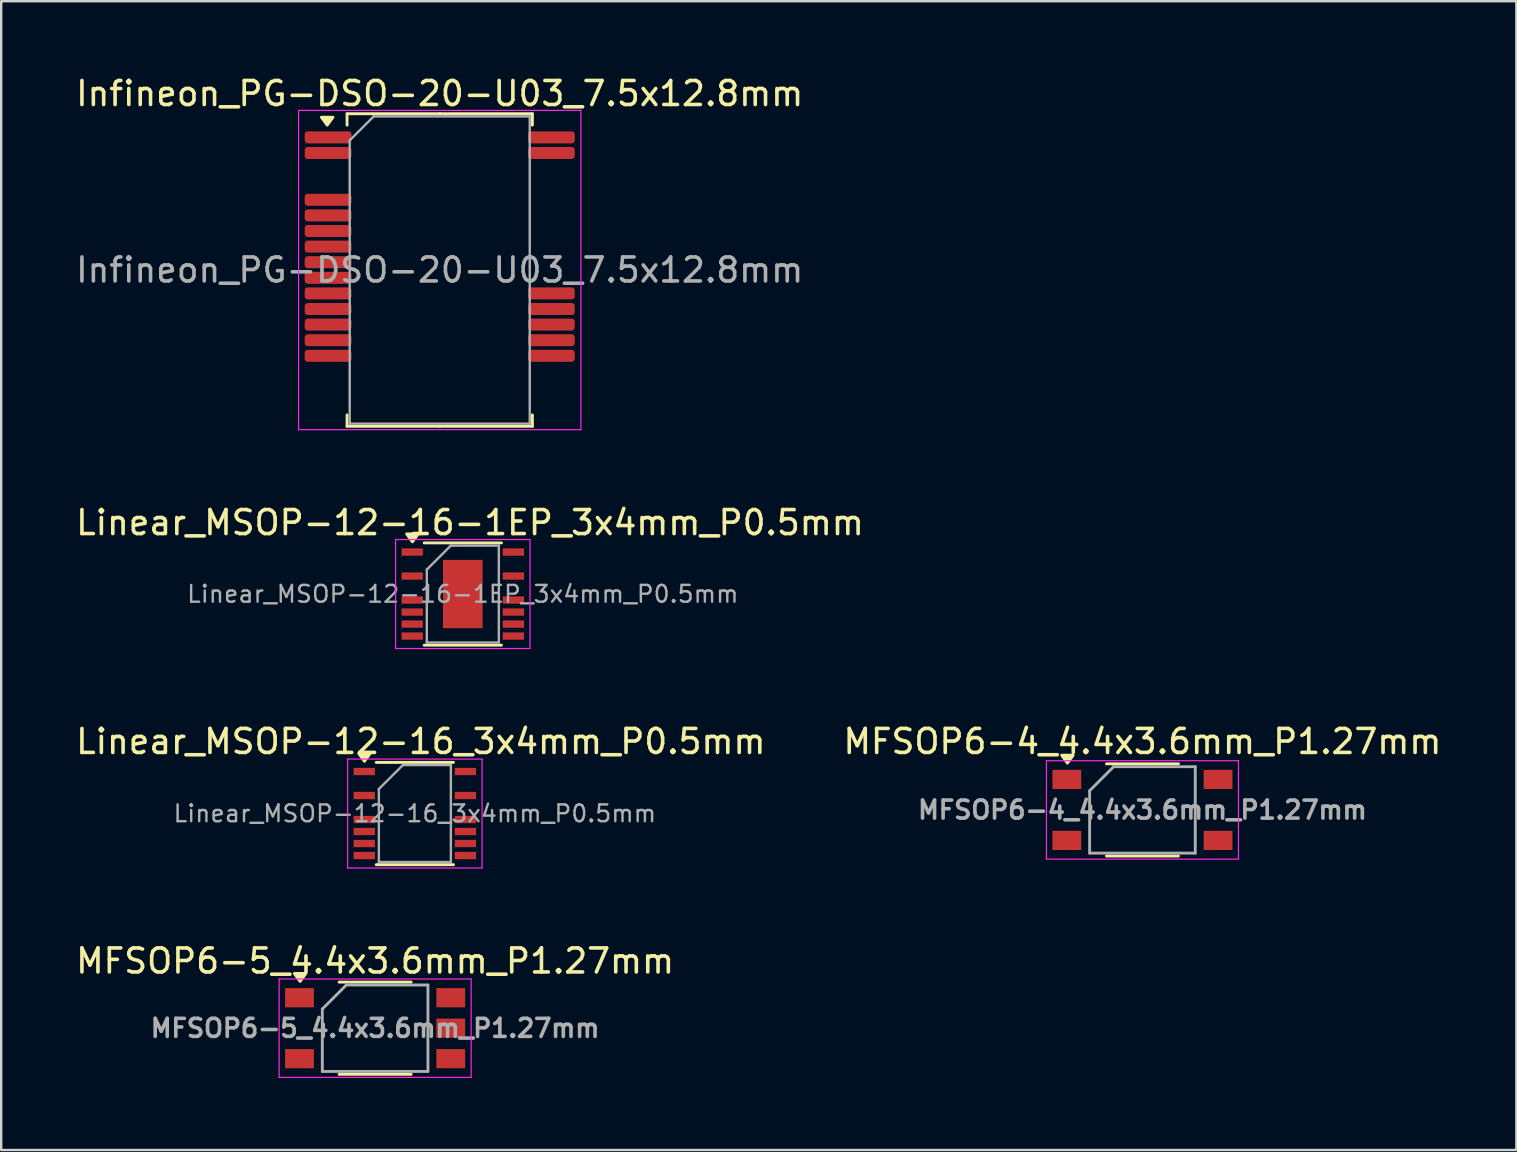
<source format=kicad_pcb>
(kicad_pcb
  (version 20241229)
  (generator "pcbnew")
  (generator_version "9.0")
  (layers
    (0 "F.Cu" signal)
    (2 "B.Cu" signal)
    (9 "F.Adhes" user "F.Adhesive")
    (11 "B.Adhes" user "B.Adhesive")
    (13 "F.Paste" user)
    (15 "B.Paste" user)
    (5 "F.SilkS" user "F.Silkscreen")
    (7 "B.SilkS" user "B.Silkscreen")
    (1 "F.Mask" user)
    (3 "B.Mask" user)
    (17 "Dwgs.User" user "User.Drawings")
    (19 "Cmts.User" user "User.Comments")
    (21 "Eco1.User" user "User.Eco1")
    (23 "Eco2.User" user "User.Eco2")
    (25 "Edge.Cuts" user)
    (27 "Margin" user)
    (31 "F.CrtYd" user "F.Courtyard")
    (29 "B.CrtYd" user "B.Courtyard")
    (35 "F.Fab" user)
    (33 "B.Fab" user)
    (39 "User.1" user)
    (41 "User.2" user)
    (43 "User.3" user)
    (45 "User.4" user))
  (footprint "Infineon_PG-DSO-20-U03_7.5x12.8mm"
    (layer "F.Cu")
    (at 15.268 8.198)
    (property "Reference" "Infineon_PG-DSO-20-U03_7.5x12.8mm" (at 0 -7.35 0) (layer "F.SilkS") (effects (font (size 1 1) (thickness 0.15))))
    (attr smd)
    (fp_line (start -3.86 -6.51) (end -3.86 -6.035) (stroke (width 0.12) (type solid)) (layer "F.SilkS"))
    (fp_line (start -3.86 6.51) (end -3.86 6.035) (stroke (width 0.12) (type solid)) (layer "F.SilkS"))
    (fp_line (start 0 -6.51) (end -3.86 -6.51) (stroke (width 0.12) (type solid)) (layer "F.SilkS"))
    (fp_line (start 0 -6.51) (end 3.86 -6.51) (stroke (width 0.12) (type solid)) (layer "F.SilkS"))
    (fp_line (start 0 6.51) (end -3.86 6.51) (stroke (width 0.12) (type solid)) (layer "F.SilkS"))
    (fp_line (start 0 6.51) (end 3.86 6.51) (stroke (width 0.12) (type solid)) (layer "F.SilkS"))
    (fp_line (start 3.86 -6.51) (end 3.86 -6.035) (stroke (width 0.12) (type solid)) (layer "F.SilkS"))
    (fp_line (start 3.86 6.51) (end 3.86 6.035) (stroke (width 0.12) (type solid)) (layer "F.SilkS"))
    (fp_poly (pts (xy -4.688 -6.035) (xy -4.928 -6.365) (xy -4.447 -6.365) (xy -4.688 -6.035)) (stroke (width 0.12) (type solid)) (fill yes) (layer "F.SilkS"))
    (fp_line (start -5.88 -6.65) (end -5.88 6.65) (stroke (width 0.05) (type solid)) (layer "F.CrtYd"))
    (fp_line (start -5.88 6.65) (end 5.88 6.65) (stroke (width 0.05) (type solid)) (layer "F.CrtYd"))
    (fp_line (start 5.88 -6.65) (end -5.88 -6.65) (stroke (width 0.05) (type solid)) (layer "F.CrtYd"))
    (fp_line (start 5.88 6.65) (end 5.88 -6.65) (stroke (width 0.05) (type solid)) (layer "F.CrtYd"))
    (fp_line (start -3.75 -5.4) (end -2.75 -6.4) (stroke (width 0.1) (type solid)) (layer "F.Fab"))
    (fp_line (start -3.75 6.4) (end -3.75 -5.4) (stroke (width 0.1) (type solid)) (layer "F.Fab"))
    (fp_line (start -2.75 -6.4) (end 3.75 -6.4) (stroke (width 0.1) (type solid)) (layer "F.Fab"))
    (fp_line (start 3.75 -6.4) (end 3.75 6.4) (stroke (width 0.1) (type solid)) (layer "F.Fab"))
    (fp_line (start 3.75 6.4) (end -3.75 6.4) (stroke (width 0.1) (type solid)) (layer "F.Fab"))
    (fp_text user "${REFERENCE}" (at 0 0 0) (layer "F.Fab") (effects (font (size 1 1) (thickness 0.15))))
    (pad "1" smd roundrect (at -4.65 -5.525) (size 1.95 0.5) (layers "F.Cu" "F.Mask" "F.Paste") (roundrect_rratio 0.25))
    (pad "2" smd roundrect (at -4.65 -4.875) (size 1.95 0.5) (layers "F.Cu" "F.Mask" "F.Paste") (roundrect_rratio 0.25))
    (pad "3" smd roundrect (at -4.65 -2.925) (size 1.95 0.5) (layers "F.Cu" "F.Mask" "F.Paste") (roundrect_rratio 0.25))
    (pad "4" smd roundrect (at -4.65 -2.275) (size 1.95 0.5) (layers "F.Cu" "F.Mask" "F.Paste") (roundrect_rratio 0.25))
    (pad "5" smd roundrect (at -4.65 -1.625) (size 1.95 0.5) (layers "F.Cu" "F.Mask" "F.Paste") (roundrect_rratio 0.25))
    (pad "6" smd roundrect (at -4.65 -0.975) (size 1.95 0.5) (layers "F.Cu" "F.Mask" "F.Paste") (roundrect_rratio 0.25))
    (pad "7" smd roundrect (at -4.65 -0.325) (size 1.95 0.5) (layers "F.Cu" "F.Mask" "F.Paste") (roundrect_rratio 0.25))
    (pad "8" smd roundrect (at -4.65 0.325) (size 1.95 0.5) (layers "F.Cu" "F.Mask" "F.Paste") (roundrect_rratio 0.25))
    (pad "9" smd roundrect (at -4.65 0.975) (size 1.95 0.5) (layers "F.Cu" "F.Mask" "F.Paste") (roundrect_rratio 0.25))
    (pad "10" smd roundrect (at -4.65 1.625) (size 1.95 0.5) (layers "F.Cu" "F.Mask" "F.Paste") (roundrect_rratio 0.25))
    (pad "11" smd roundrect (at -4.65 2.275) (size 1.95 0.5) (layers "F.Cu" "F.Mask" "F.Paste") (roundrect_rratio 0.25))
    (pad "12" smd roundrect (at -4.65 2.925) (size 1.95 0.5) (layers "F.Cu" "F.Mask" "F.Paste") (roundrect_rratio 0.25))
    (pad "13" smd roundrect (at -4.65 3.575) (size 1.95 0.5) (layers "F.Cu" "F.Mask" "F.Paste") (roundrect_rratio 0.25))
    (pad "14" smd roundrect (at 4.65 3.575) (size 1.95 0.5) (layers "F.Cu" "F.Mask" "F.Paste") (roundrect_rratio 0.25))
    (pad "15" smd roundrect (at 4.65 2.925) (size 1.95 0.5) (layers "F.Cu" "F.Mask" "F.Paste") (roundrect_rratio 0.25))
    (pad "16" smd roundrect (at 4.65 2.275) (size 1.95 0.5) (layers "F.Cu" "F.Mask" "F.Paste") (roundrect_rratio 0.25))
    (pad "17" smd roundrect (at 4.65 1.625) (size 1.95 0.5) (layers "F.Cu" "F.Mask" "F.Paste") (roundrect_rratio 0.25))
    (pad "18" smd roundrect (at 4.65 0.975) (size 1.95 0.5) (layers "F.Cu" "F.Mask" "F.Paste") (roundrect_rratio 0.25))
    (pad "19" smd roundrect (at 4.65 -4.875) (size 1.95 0.5) (layers "F.Cu" "F.Mask" "F.Paste") (roundrect_rratio 0.25))
    (pad "20" smd roundrect (at 4.65 -5.525) (size 1.95 0.5) (layers "F.Cu" "F.Mask" "F.Paste") (roundrect_rratio 0.25)))
  (footprint "MFSOP6-4_4.4x3.6mm_P1.27mm"
    (layer "F.Cu")
    (at 44.542 30.69)
    (property "Reference" "MFSOP6-4_4.4x3.6mm_P1.27mm" (at 0 -2.85 0) (layer "F.SilkS") (effects (font (size 1 1) (thickness 0.15))))
    (attr smd)
    (fp_line (start 1.5 -1.92) (end -1.5 -1.92) (stroke (width 0.12) (type solid)) (layer "F.SilkS"))
    (fp_line (start 1.5 1.92) (end -1.5 1.92) (stroke (width 0.12) (type solid)) (layer "F.SilkS"))
    (fp_poly (pts (xy -3.125 -1.95) (xy -3.365 -2.28) (xy -2.885 -2.28) (xy -3.125 -1.95)) (stroke (width 0.12) (type solid)) (fill yes) (layer "F.SilkS"))
    (fp_line (start -4 -2.05) (end -4 2.05) (stroke (width 0.05) (type solid)) (layer "F.CrtYd"))
    (fp_line (start -4 -2.05) (end 4 -2.05) (stroke (width 0.05) (type solid)) (layer "F.CrtYd"))
    (fp_line (start 4 2.05) (end -4 2.05) (stroke (width 0.05) (type solid)) (layer "F.CrtYd"))
    (fp_line (start 4 2.05) (end 4 -2.05) (stroke (width 0.05) (type solid)) (layer "F.CrtYd"))
    (fp_line (start -2.2 -0.8) (end -2.2 1.8) (stroke (width 0.12) (type solid)) (layer "F.Fab"))
    (fp_line (start -2.2 1.8) (end 2.2 1.8) (stroke (width 0.12) (type solid)) (layer "F.Fab"))
    (fp_line (start -1.2 -1.8) (end -2.2 -0.8) (stroke (width 0.12) (type solid)) (layer "F.Fab"))
    (fp_line (start 2.2 -1.8) (end -1.2 -1.8) (stroke (width 0.12) (type solid)) (layer "F.Fab"))
    (fp_line (start 2.2 1.8) (end 2.2 -1.8) (stroke (width 0.12) (type solid)) (layer "F.Fab"))
    (fp_text user "${REFERENCE}" (at 0 0 0) (layer "F.Fab") (effects (font (size 0.75 0.75) (thickness 0.15))))
    (pad "1" smd rect (at -3.15 -1.27) (size 1.2 0.8) (layers "F.Cu" "F.Mask" "F.Paste"))
    (pad "3" smd rect (at -3.15 1.27) (size 1.2 0.8) (layers "F.Cu" "F.Mask" "F.Paste"))
    (pad "4" smd rect (at 3.15 1.27) (size 1.2 0.8) (layers "F.Cu" "F.Mask" "F.Paste"))
    (pad "6" smd rect (at 3.15 -1.27) (size 1.2 0.8) (layers "F.Cu" "F.Mask" "F.Paste")))
  (footprint "MFSOP6-5_4.4x3.6mm_P1.27mm"
    (layer "F.Cu")
    (at 12.577 39.783)
    (property "Reference" "MFSOP6-5_4.4x3.6mm_P1.27mm" (at 0 -2.8 0) (layer "F.SilkS") (effects (font (size 1 1) (thickness 0.15))))
    (attr smd)
    (fp_line (start 1.5 -1.92) (end -1.5 -1.92) (stroke (width 0.12) (type solid)) (layer "F.SilkS"))
    (fp_line (start 1.5 1.92) (end -1.5 1.92) (stroke (width 0.12) (type solid)) (layer "F.SilkS"))
    (fp_poly (pts (xy -3.125 -1.95) (xy -3.365 -2.28) (xy -2.885 -2.28) (xy -3.125 -1.95)) (stroke (width 0.12) (type solid)) (fill yes) (layer "F.SilkS"))
    (fp_line (start -4 -2.05) (end -4 2.05) (stroke (width 0.05) (type solid)) (layer "F.CrtYd"))
    (fp_line (start -4 -2.05) (end 4 -2.05) (stroke (width 0.05) (type solid)) (layer "F.CrtYd"))
    (fp_line (start 4 2.05) (end -4 2.05) (stroke (width 0.05) (type solid)) (layer "F.CrtYd"))
    (fp_line (start 4 2.05) (end 4 -2.05) (stroke (width 0.05) (type solid)) (layer "F.CrtYd"))
    (fp_line (start -2.2 -0.8) (end -2.2 1.8) (stroke (width 0.12) (type solid)) (layer "F.Fab"))
    (fp_line (start -2.2 1.8) (end 2.2 1.8) (stroke (width 0.12) (type solid)) (layer "F.Fab"))
    (fp_line (start -1.2 -1.8) (end -2.2 -0.8) (stroke (width 0.12) (type solid)) (layer "F.Fab"))
    (fp_line (start 2.2 -1.8) (end -1.2 -1.8) (stroke (width 0.12) (type solid)) (layer "F.Fab"))
    (fp_line (start 2.2 1.8) (end 2.2 -1.8) (stroke (width 0.12) (type solid)) (layer "F.Fab"))
    (fp_text user "${REFERENCE}" (at 0 0 0) (layer "F.Fab") (effects (font (size 0.75 0.75) (thickness 0.15))))
    (pad "1" smd rect (at -3.15 -1.27) (size 1.2 0.8) (layers "F.Cu" "F.Mask" "F.Paste"))
    (pad "3" smd rect (at -3.15 1.27) (size 1.2 0.8) (layers "F.Cu" "F.Mask" "F.Paste"))
    (pad "4" smd rect (at 3.15 1.27) (size 1.2 0.8) (layers "F.Cu" "F.Mask" "F.Paste"))
    (pad "5" smd rect (at 3.15 0) (size 1.2 0.8) (layers "F.Cu" "F.Mask" "F.Paste"))
    (pad "6" smd rect (at 3.15 -1.27) (size 1.2 0.8) (layers "F.Cu" "F.Mask" "F.Paste")))
  (footprint "Linear_MSOP-12-16_3x4mm_P0.5mm"
    (layer "F.Cu")
    (at 14.232 30.84)
    (property "Reference" "Linear_MSOP-12-16_3x4mm_P0.5mm" (at 0.25 -3 0) (layer "F.SilkS") (effects (font (size 1 1) (thickness 0.15))))
    (attr smd)
    (fp_line (start -1.61 -2.13) (end 1.61 -2.13) (stroke (width 0.12) (type solid)) (layer "F.SilkS"))
    (fp_line (start -1.61 2.13) (end 1.61 2.13) (stroke (width 0.12) (type solid)) (layer "F.SilkS"))
    (fp_poly (pts (xy -2.1 -2.175) (xy -2.34 -2.505) (xy -1.86 -2.505) (xy -2.1 -2.175)) (stroke (width 0.12) (type solid)) (fill yes) (layer "F.SilkS"))
    (fp_line (start -2.8 -2.27) (end -2.8 2.27) (stroke (width 0.05) (type solid)) (layer "F.CrtYd"))
    (fp_line (start -2.8 -2.27) (end 2.8 -2.27) (stroke (width 0.05) (type solid)) (layer "F.CrtYd"))
    (fp_line (start -2.8 2.27) (end 2.8 2.27) (stroke (width 0.05) (type solid)) (layer "F.CrtYd"))
    (fp_line (start 2.8 -2.27) (end 2.8 2.27) (stroke (width 0.05) (type solid)) (layer "F.CrtYd"))
    (fp_line (start -1.5 -1.02) (end -0.5 -2.019) (stroke (width 0.1) (type solid)) (layer "F.Fab"))
    (fp_line (start -1.5 2.019) (end -1.5 -1.02) (stroke (width 0.1) (type solid)) (layer "F.Fab"))
    (fp_line (start -0.5 -2.019) (end 1.5 -2.019) (stroke (width 0.1) (type solid)) (layer "F.Fab"))
    (fp_line (start 1.5 -2.019) (end 1.5 2.019) (stroke (width 0.1) (type solid)) (layer "F.Fab"))
    (fp_line (start 1.5 2.019) (end -1.5 2.019) (stroke (width 0.1) (type solid)) (layer "F.Fab"))
    (fp_text user "${REFERENCE}" (at 0 0 0) (layer "F.Fab") (effects (font (size 0.7 0.7) (thickness 0.1))))
    (pad "1" smd rect (at -2.107 -1.75) (size 0.889 0.305) (layers "F.Cu" "F.Mask" "F.Paste"))
    (pad "3" smd rect (at -2.107 -0.75) (size 0.889 0.305) (layers "F.Cu" "F.Mask" "F.Paste"))
    (pad "5" smd rect (at -2.107 0.25) (size 0.889 0.305) (layers "F.Cu" "F.Mask" "F.Paste"))
    (pad "6" smd rect (at -2.107 0.75) (size 0.889 0.305) (layers "F.Cu" "F.Mask" "F.Paste"))
    (pad "7" smd rect (at -2.107 1.25) (size 0.889 0.305) (layers "F.Cu" "F.Mask" "F.Paste"))
    (pad "8" smd rect (at -2.107 1.75) (size 0.889 0.305) (layers "F.Cu" "F.Mask" "F.Paste"))
    (pad "9" smd rect (at 2.107 1.75) (size 0.889 0.305) (layers "F.Cu" "F.Mask" "F.Paste"))
    (pad "10" smd rect (at 2.107 1.25) (size 0.889 0.305) (layers "F.Cu" "F.Mask" "F.Paste"))
    (pad "11" smd rect (at 2.107 0.75) (size 0.889 0.305) (layers "F.Cu" "F.Mask" "F.Paste"))
    (pad "12" smd rect (at 2.107 0.25) (size 0.889 0.305) (layers "F.Cu" "F.Mask" "F.Paste"))
    (pad "14" smd rect (at 2.107 -0.75) (size 0.889 0.305) (layers "F.Cu" "F.Mask" "F.Paste"))
    (pad "16" smd rect (at 2.107 -1.75) (size 0.889 0.305) (layers "F.Cu" "F.Mask" "F.Paste")))
  (footprint "Linear_MSOP-12-16-1EP_3x4mm_P0.5mm"
    (layer "F.Cu")
    (at 16.23 21.697)
    (property "Reference" "Linear_MSOP-12-16-1EP_3x4mm_P0.5mm" (at 0.3 -2.975 0) (layer "F.SilkS") (effects (font (size 1 1) (thickness 0.15))))
    (attr smd)
    (fp_line (start -1.61 -2.13) (end 1.61 -2.13) (stroke (width 0.12) (type solid)) (layer "F.SilkS"))
    (fp_line (start -1.61 2.13) (end 1.61 2.13) (stroke (width 0.12) (type solid)) (layer "F.SilkS"))
    (fp_poly (pts (xy -2.1 -2.175) (xy -2.34 -2.505) (xy -1.86 -2.505) (xy -2.1 -2.175)) (stroke (width 0.12) (type solid)) (fill yes) (layer "F.SilkS"))
    (fp_line (start -2.8 -2.27) (end -2.8 2.27) (stroke (width 0.05) (type solid)) (layer "F.CrtYd"))
    (fp_line (start -2.8 -2.27) (end 2.8 -2.27) (stroke (width 0.05) (type solid)) (layer "F.CrtYd"))
    (fp_line (start -2.8 2.27) (end 2.8 2.27) (stroke (width 0.05) (type solid)) (layer "F.CrtYd"))
    (fp_line (start 2.8 -2.27) (end 2.8 2.27) (stroke (width 0.05) (type solid)) (layer "F.CrtYd"))
    (fp_line (start -1.5 -1.02) (end -0.5 -2.019) (stroke (width 0.1) (type solid)) (layer "F.Fab"))
    (fp_line (start -1.5 2.019) (end -1.5 -1.02) (stroke (width 0.1) (type solid)) (layer "F.Fab"))
    (fp_line (start -0.5 -2.019) (end 1.5 -2.019) (stroke (width 0.1) (type solid)) (layer "F.Fab"))
    (fp_line (start 1.5 -2.019) (end 1.5 2.019) (stroke (width 0.1) (type solid)) (layer "F.Fab"))
    (fp_line (start 1.5 2.019) (end -1.5 2.019) (stroke (width 0.1) (type solid)) (layer "F.Fab"))
    (fp_text user "${REFERENCE}" (at 0 0 0) (layer "F.Fab") (effects (font (size 0.7 0.7) (thickness 0.1))))
    (pad "" smd rect (at 0 -0.711) (size 1.4 1.2) (layers "F.Paste"))
    (pad "" smd rect (at 0 0.711) (size 1.4 1.2) (layers "F.Paste"))
    (pad "1" smd rect (at -2.107 -1.75) (size 0.889 0.305) (layers "F.Cu" "F.Mask" "F.Paste"))
    (pad "3" smd rect (at -2.107 -0.75) (size 0.889 0.305) (layers "F.Cu" "F.Mask" "F.Paste"))
    (pad "5" smd rect (at -2.107 0.25) (size 0.889 0.305) (layers "F.Cu" "F.Mask" "F.Paste"))
    (pad "6" smd rect (at -2.107 0.75) (size 0.889 0.305) (layers "F.Cu" "F.Mask" "F.Paste"))
    (pad "7" smd rect (at -2.107 1.25) (size 0.889 0.305) (layers "F.Cu" "F.Mask" "F.Paste"))
    (pad "8" smd rect (at -2.107 1.75) (size 0.889 0.305) (layers "F.Cu" "F.Mask" "F.Paste"))
    (pad "9" smd rect (at 2.107 1.75) (size 0.889 0.305) (layers "F.Cu" "F.Mask" "F.Paste"))
    (pad "10" smd rect (at 2.107 1.25) (size 0.889 0.305) (layers "F.Cu" "F.Mask" "F.Paste"))
    (pad "11" smd rect (at 2.107 0.75) (size 0.889 0.305) (layers "F.Cu" "F.Mask" "F.Paste"))
    (pad "12" smd rect (at 2.107 0.25) (size 0.889 0.305) (layers "F.Cu" "F.Mask" "F.Paste"))
    (pad "14" smd rect (at 2.107 -0.75) (size 0.889 0.305) (layers "F.Cu" "F.Mask" "F.Paste"))
    (pad "16" smd rect (at 2.107 -1.75) (size 0.889 0.305) (layers "F.Cu" "F.Mask" "F.Paste"))
    (pad "17" smd rect (at 0 0) (size 1.651 2.845) (layers "F.Cu" "F.Mask")))
  (gr_rect
    (start -3 -3)
    (end 60.119 44.858)
    (stroke (width 0.1) (type default))
    (fill no)
    (layer "Edge.Cuts")))
</source>
